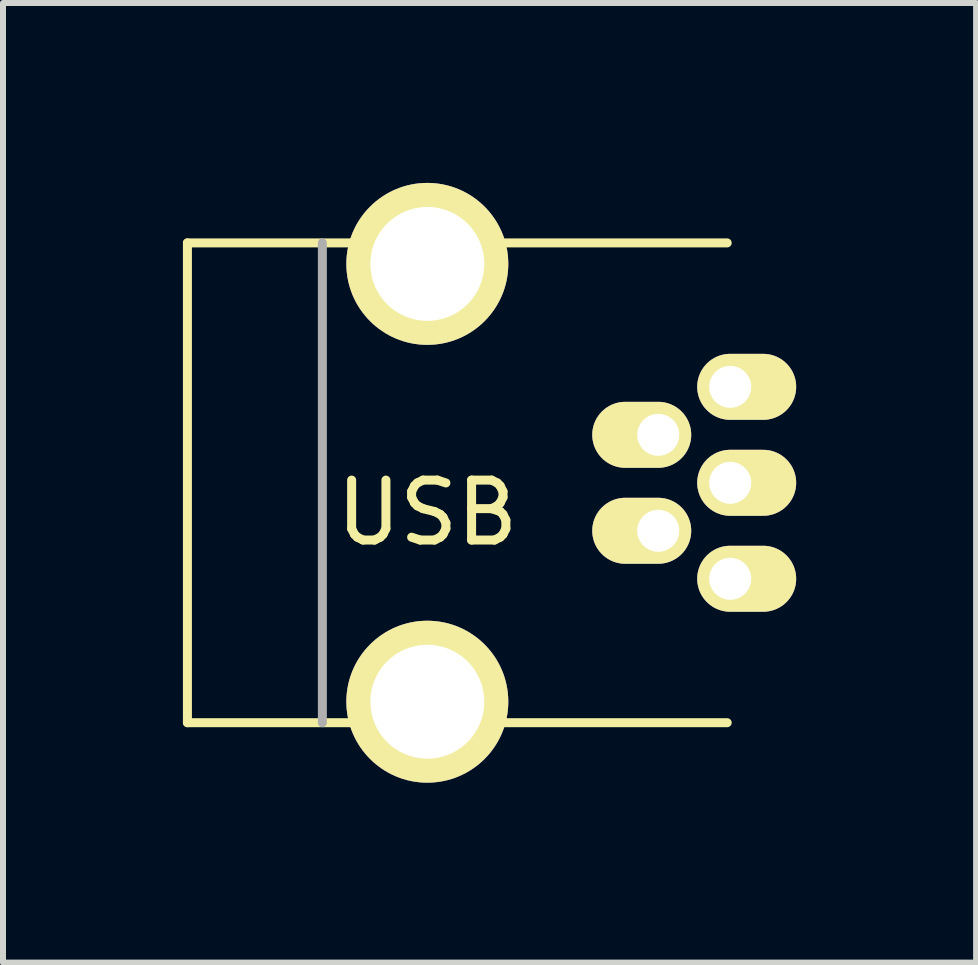
<source format=kicad_pcb>
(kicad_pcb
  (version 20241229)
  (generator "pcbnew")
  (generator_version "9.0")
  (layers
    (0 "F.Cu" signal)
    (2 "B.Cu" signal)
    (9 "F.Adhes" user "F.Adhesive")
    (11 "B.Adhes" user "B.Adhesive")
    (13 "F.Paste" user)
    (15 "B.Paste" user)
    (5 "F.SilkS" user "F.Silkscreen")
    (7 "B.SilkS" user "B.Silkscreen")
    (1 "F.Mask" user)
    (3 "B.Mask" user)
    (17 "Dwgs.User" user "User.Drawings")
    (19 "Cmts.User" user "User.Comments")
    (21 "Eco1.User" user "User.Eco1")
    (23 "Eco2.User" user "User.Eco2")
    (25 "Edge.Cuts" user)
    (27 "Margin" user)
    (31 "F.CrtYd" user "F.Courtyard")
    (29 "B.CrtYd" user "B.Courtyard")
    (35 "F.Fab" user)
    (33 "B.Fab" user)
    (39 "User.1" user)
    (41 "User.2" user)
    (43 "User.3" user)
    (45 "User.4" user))
  (footprint "USB"
    (layer "F.Cu")
    (at 4.075 5)
    (property "Reference" "USB" (at 0 0.5 0) (layer "F.SilkS") (effects (font (size 1 1) (thickness 0.15))))
    (attr through_hole)
    (fp_line (start -4 -4) (end -4 4) (stroke (width 0.15) (type solid)) (layer "F.SilkS"))
    (fp_line (start -4 4) (end 5 4) (stroke (width 0.15) (type solid)) (layer "F.SilkS"))
    (fp_line (start 5 -4) (end -4 -4) (stroke (width 0.15) (type solid)) (layer "F.SilkS"))
    (fp_line (start -1.75 4) (end -1.75 -4) (stroke (width 0.15) (type solid)) (layer "F.Fab"))
    (pad "1" thru_hole oval (at 5.05 -1.6) (size 1.65 1.1) (drill 0.7 (offset 0.275 0)) (layers "*.Cu" "*.Mask" "F.SilkS"))
    (pad "2" thru_hole oval (at 3.85 -0.8) (size 1.65 1.1) (drill 0.7 (offset -0.275 0)) (layers "*.Cu" "*.Mask" "F.SilkS"))
    (pad "3" thru_hole oval (at 5.05 0) (size 1.65 1.1) (drill 0.7 (offset 0.275 0)) (layers "*.Cu" "*.Mask" "F.SilkS"))
    (pad "4" thru_hole oval (at 3.85 0.8) (size 1.65 1.1) (drill 0.7 (offset -0.275 0)) (layers "*.Cu" "*.Mask" "F.SilkS"))
    (pad "5" thru_hole oval (at 5.05 1.6) (size 1.65 1.1) (drill 0.7 (offset 0.275 0)) (layers "*.Cu" "*.Mask" "F.SilkS"))
    (pad "6" thru_hole circle (at 0 -3.65) (size 2.7 2.7) (drill 1.9) (layers "*.Cu" "*.Mask" "F.SilkS"))
    (pad "6" thru_hole circle (at 0 3.65) (size 2.7 2.7) (drill 1.9) (layers "*.Cu" "*.Mask" "F.SilkS")))
  (gr_rect
    (start -3 -3)
    (end 13.225 13)
    (stroke (width 0.1) (type default))
    (fill no)
    (layer "Edge.Cuts")))
</source>
